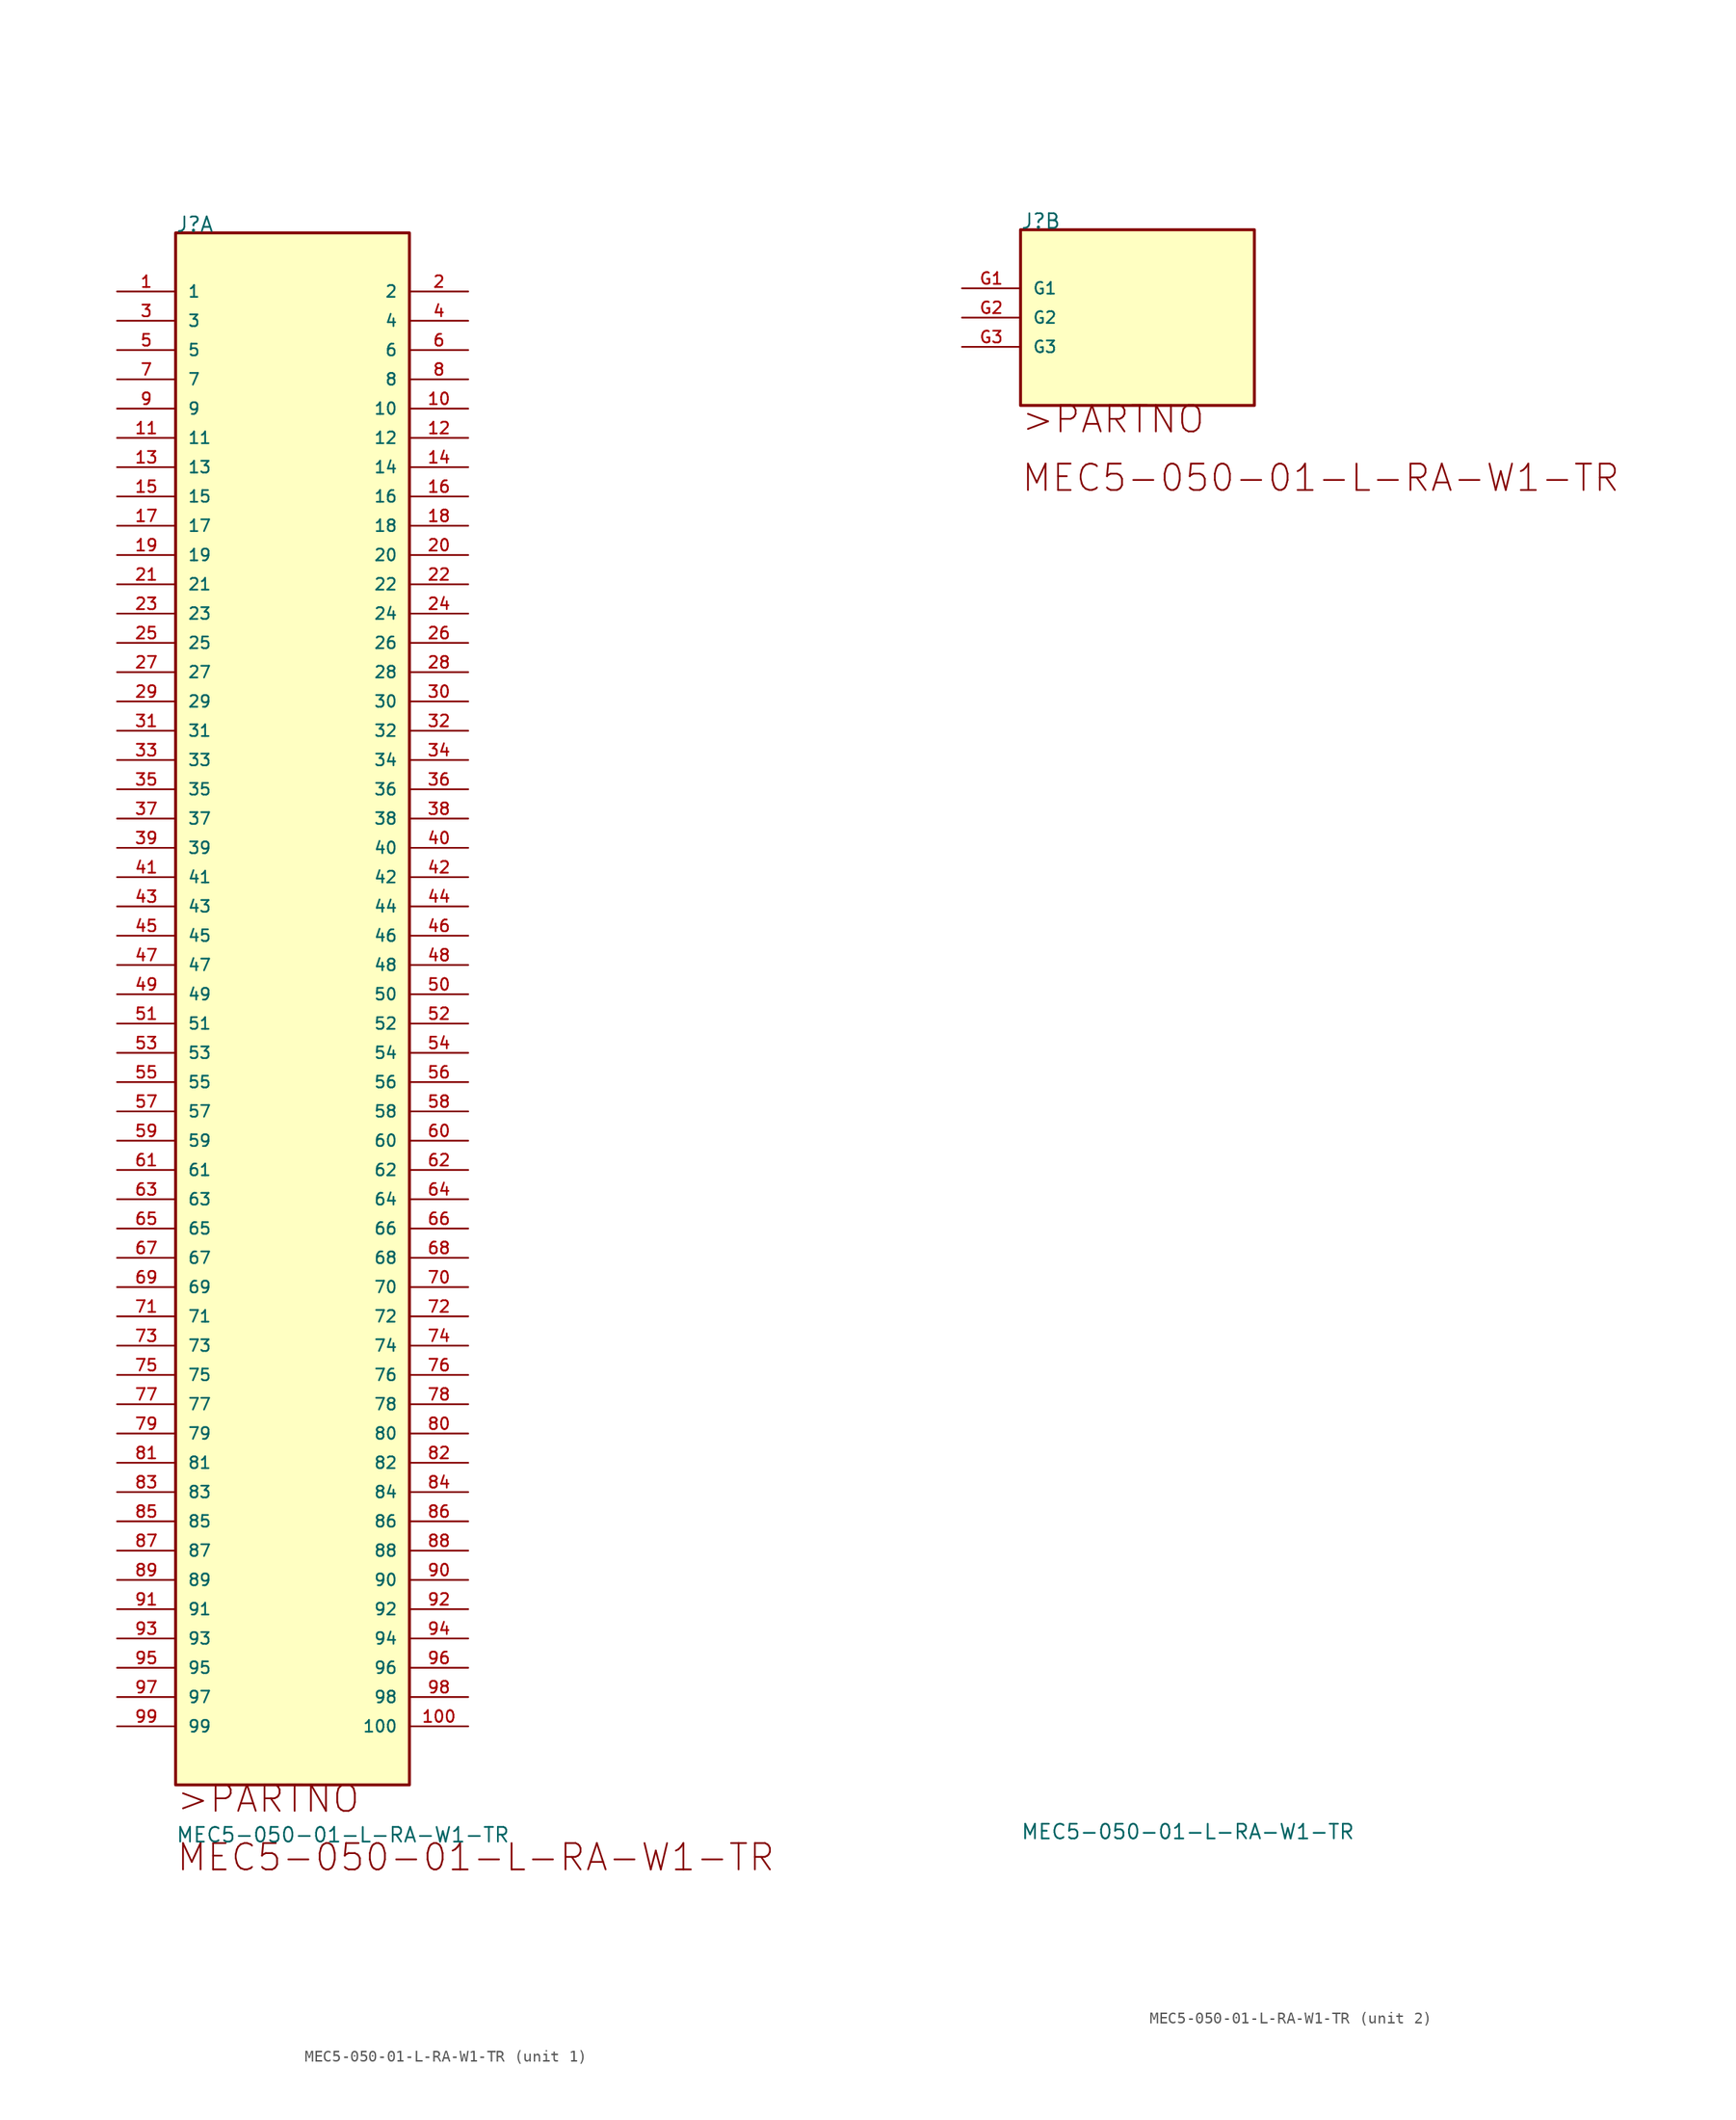
<source format=kicad_sym>
(kicad_symbol_lib
  (version 20211014)
  (generator kicad_symbol_editor)
  (symbol "MEC5-050-01-L-RA-W1-TR"
    (pin_names
      (offset 1.016))
    (property "Reference" "J"
      (at 0.0 5.08 0)
      (effects (font (size 1.27 1.27)) (justify bottom left)))
    (property "Value" "MEC5-050-01-L-RA-W1-TR"
      (at 0.0 -134.62 0)
      (effects (font (size 1.27 1.27)) (justify bottom left)))
    (symbol "MEC5-050-01-L-RA-W1-TR_1_0"
      (text ">PARTNO" (at 0.0 -132.08 0) (effects (font (size 2.286 2.286)) (justify bottom left)))
      (text "MEC5-050-01-L-RA-W1-TR" (at 0.0 -137.16 0) (effects (font (size 2.286 2.286)) (justify bottom left)))
      (rectangle (start 0.0 -129.54) (end 20.3 5.08) (stroke (width 0.254)) (fill (type background)))
      (pin passive line (at -5.08 -0.0 0) (length 5.08) (name "1" (effects (font (size 1.016 1.016)))) (number "1" (effects (font (size 1.016 1.016)))))
      (pin passive line (at 25.4 -0.0 180.0) (length 5.08) (name "2" (effects (font (size 1.016 1.016)))) (number "2" (effects (font (size 1.016 1.016)))))
      (pin passive line (at -5.08 -2.54 0) (length 5.08) (name "3" (effects (font (size 1.016 1.016)))) (number "3" (effects (font (size 1.016 1.016)))))
      (pin passive line (at 25.4 -2.54 180.0) (length 5.08) (name "4" (effects (font (size 1.016 1.016)))) (number "4" (effects (font (size 1.016 1.016)))))
      (pin passive line (at -5.08 -5.08 0) (length 5.08) (name "5" (effects (font (size 1.016 1.016)))) (number "5" (effects (font (size 1.016 1.016)))))
      (pin passive line (at 25.4 -5.08 180.0) (length 5.08) (name "6" (effects (font (size 1.016 1.016)))) (number "6" (effects (font (size 1.016 1.016)))))
      (pin passive line (at -5.08 -7.62 0) (length 5.08) (name "7" (effects (font (size 1.016 1.016)))) (number "7" (effects (font (size 1.016 1.016)))))
      (pin passive line (at 25.4 -7.62 180.0) (length 5.08) (name "8" (effects (font (size 1.016 1.016)))) (number "8" (effects (font (size 1.016 1.016)))))
      (pin passive line (at -5.08 -10.16 0) (length 5.08) (name "9" (effects (font (size 1.016 1.016)))) (number "9" (effects (font (size 1.016 1.016)))))
      (pin passive line (at 25.4 -10.16 180.0) (length 5.08) (name "10" (effects (font (size 1.016 1.016)))) (number "10" (effects (font (size 1.016 1.016)))))
      (pin passive line (at -5.08 -12.7 0) (length 5.08) (name "11" (effects (font (size 1.016 1.016)))) (number "11" (effects (font (size 1.016 1.016)))))
      (pin passive line (at 25.4 -12.7 180.0) (length 5.08) (name "12" (effects (font (size 1.016 1.016)))) (number "12" (effects (font (size 1.016 1.016)))))
      (pin passive line (at -5.08 -15.24 0) (length 5.08) (name "13" (effects (font (size 1.016 1.016)))) (number "13" (effects (font (size 1.016 1.016)))))
      (pin passive line (at 25.4 -15.24 180.0) (length 5.08) (name "14" (effects (font (size 1.016 1.016)))) (number "14" (effects (font (size 1.016 1.016)))))
      (pin passive line (at -5.08 -17.78 0) (length 5.08) (name "15" (effects (font (size 1.016 1.016)))) (number "15" (effects (font (size 1.016 1.016)))))
      (pin passive line (at 25.4 -17.78 180.0) (length 5.08) (name "16" (effects (font (size 1.016 1.016)))) (number "16" (effects (font (size 1.016 1.016)))))
      (pin passive line (at -5.08 -20.32 0) (length 5.08) (name "17" (effects (font (size 1.016 1.016)))) (number "17" (effects (font (size 1.016 1.016)))))
      (pin passive line (at 25.4 -20.32 180.0) (length 5.08) (name "18" (effects (font (size 1.016 1.016)))) (number "18" (effects (font (size 1.016 1.016)))))
      (pin passive line (at -5.08 -22.86 0) (length 5.08) (name "19" (effects (font (size 1.016 1.016)))) (number "19" (effects (font (size 1.016 1.016)))))
      (pin passive line (at 25.4 -22.86 180.0) (length 5.08) (name "20" (effects (font (size 1.016 1.016)))) (number "20" (effects (font (size 1.016 1.016)))))
      (pin passive line (at -5.08 -25.4 0) (length 5.08) (name "21" (effects (font (size 1.016 1.016)))) (number "21" (effects (font (size 1.016 1.016)))))
      (pin passive line (at 25.4 -25.4 180.0) (length 5.08) (name "22" (effects (font (size 1.016 1.016)))) (number "22" (effects (font (size 1.016 1.016)))))
      (pin passive line (at -5.08 -27.94 0) (length 5.08) (name "23" (effects (font (size 1.016 1.016)))) (number "23" (effects (font (size 1.016 1.016)))))
      (pin passive line (at 25.4 -27.94 180.0) (length 5.08) (name "24" (effects (font (size 1.016 1.016)))) (number "24" (effects (font (size 1.016 1.016)))))
      (pin passive line (at -5.08 -30.48 0) (length 5.08) (name "25" (effects (font (size 1.016 1.016)))) (number "25" (effects (font (size 1.016 1.016)))))
      (pin passive line (at 25.4 -30.48 180.0) (length 5.08) (name "26" (effects (font (size 1.016 1.016)))) (number "26" (effects (font (size 1.016 1.016)))))
      (pin passive line (at -5.08 -33.02 0) (length 5.08) (name "27" (effects (font (size 1.016 1.016)))) (number "27" (effects (font (size 1.016 1.016)))))
      (pin passive line (at 25.4 -33.02 180.0) (length 5.08) (name "28" (effects (font (size 1.016 1.016)))) (number "28" (effects (font (size 1.016 1.016)))))
      (pin passive line (at -5.08 -35.56 0) (length 5.08) (name "29" (effects (font (size 1.016 1.016)))) (number "29" (effects (font (size 1.016 1.016)))))
      (pin passive line (at 25.4 -35.56 180.0) (length 5.08) (name "30" (effects (font (size 1.016 1.016)))) (number "30" (effects (font (size 1.016 1.016)))))
      (pin passive line (at -5.08 -38.1 0) (length 5.08) (name "31" (effects (font (size 1.016 1.016)))) (number "31" (effects (font (size 1.016 1.016)))))
      (pin passive line (at 25.4 -38.1 180.0) (length 5.08) (name "32" (effects (font (size 1.016 1.016)))) (number "32" (effects (font (size 1.016 1.016)))))
      (pin passive line (at -5.08 -40.64 0) (length 5.08) (name "33" (effects (font (size 1.016 1.016)))) (number "33" (effects (font (size 1.016 1.016)))))
      (pin passive line (at 25.4 -40.64 180.0) (length 5.08) (name "34" (effects (font (size 1.016 1.016)))) (number "34" (effects (font (size 1.016 1.016)))))
      (pin passive line (at -5.08 -43.18 0) (length 5.08) (name "35" (effects (font (size 1.016 1.016)))) (number "35" (effects (font (size 1.016 1.016)))))
      (pin passive line (at 25.4 -43.18 180.0) (length 5.08) (name "36" (effects (font (size 1.016 1.016)))) (number "36" (effects (font (size 1.016 1.016)))))
      (pin passive line (at -5.08 -45.72 0) (length 5.08) (name "37" (effects (font (size 1.016 1.016)))) (number "37" (effects (font (size 1.016 1.016)))))
      (pin passive line (at 25.4 -45.72 180.0) (length 5.08) (name "38" (effects (font (size 1.016 1.016)))) (number "38" (effects (font (size 1.016 1.016)))))
      (pin passive line (at -5.08 -48.26 0) (length 5.08) (name "39" (effects (font (size 1.016 1.016)))) (number "39" (effects (font (size 1.016 1.016)))))
      (pin passive line (at 25.4 -48.26 180.0) (length 5.08) (name "40" (effects (font (size 1.016 1.016)))) (number "40" (effects (font (size 1.016 1.016)))))
      (pin passive line (at -5.08 -50.8 0) (length 5.08) (name "41" (effects (font (size 1.016 1.016)))) (number "41" (effects (font (size 1.016 1.016)))))
      (pin passive line (at 25.4 -50.8 180.0) (length 5.08) (name "42" (effects (font (size 1.016 1.016)))) (number "42" (effects (font (size 1.016 1.016)))))
      (pin passive line (at -5.08 -53.34 0) (length 5.08) (name "43" (effects (font (size 1.016 1.016)))) (number "43" (effects (font (size 1.016 1.016)))))
      (pin passive line (at 25.4 -53.34 180.0) (length 5.08) (name "44" (effects (font (size 1.016 1.016)))) (number "44" (effects (font (size 1.016 1.016)))))
      (pin passive line (at -5.08 -55.88 0) (length 5.08) (name "45" (effects (font (size 1.016 1.016)))) (number "45" (effects (font (size 1.016 1.016)))))
      (pin passive line (at 25.4 -55.88 180.0) (length 5.08) (name "46" (effects (font (size 1.016 1.016)))) (number "46" (effects (font (size 1.016 1.016)))))
      (pin passive line (at -5.08 -58.42 0) (length 5.08) (name "47" (effects (font (size 1.016 1.016)))) (number "47" (effects (font (size 1.016 1.016)))))
      (pin passive line (at 25.4 -58.42 180.0) (length 5.08) (name "48" (effects (font (size 1.016 1.016)))) (number "48" (effects (font (size 1.016 1.016)))))
      (pin passive line (at -5.08 -60.96 0) (length 5.08) (name "49" (effects (font (size 1.016 1.016)))) (number "49" (effects (font (size 1.016 1.016)))))
      (pin passive line (at 25.4 -60.96 180.0) (length 5.08) (name "50" (effects (font (size 1.016 1.016)))) (number "50" (effects (font (size 1.016 1.016)))))
      (pin passive line (at -5.08 -63.5 0) (length 5.08) (name "51" (effects (font (size 1.016 1.016)))) (number "51" (effects (font (size 1.016 1.016)))))
      (pin passive line (at 25.4 -63.5 180.0) (length 5.08) (name "52" (effects (font (size 1.016 1.016)))) (number "52" (effects (font (size 1.016 1.016)))))
      (pin passive line (at -5.08 -66.04 0) (length 5.08) (name "53" (effects (font (size 1.016 1.016)))) (number "53" (effects (font (size 1.016 1.016)))))
      (pin passive line (at 25.4 -66.04 180.0) (length 5.08) (name "54" (effects (font (size 1.016 1.016)))) (number "54" (effects (font (size 1.016 1.016)))))
      (pin passive line (at -5.08 -68.58 0) (length 5.08) (name "55" (effects (font (size 1.016 1.016)))) (number "55" (effects (font (size 1.016 1.016)))))
      (pin passive line (at 25.4 -68.58 180.0) (length 5.08) (name "56" (effects (font (size 1.016 1.016)))) (number "56" (effects (font (size 1.016 1.016)))))
      (pin passive line (at -5.08 -71.12 0) (length 5.08) (name "57" (effects (font (size 1.016 1.016)))) (number "57" (effects (font (size 1.016 1.016)))))
      (pin passive line (at 25.4 -71.12 180.0) (length 5.08) (name "58" (effects (font (size 1.016 1.016)))) (number "58" (effects (font (size 1.016 1.016)))))
      (pin passive line (at -5.08 -73.66 0) (length 5.08) (name "59" (effects (font (size 1.016 1.016)))) (number "59" (effects (font (size 1.016 1.016)))))
      (pin passive line (at 25.4 -73.66 180.0) (length 5.08) (name "60" (effects (font (size 1.016 1.016)))) (number "60" (effects (font (size 1.016 1.016)))))
      (pin passive line (at -5.08 -76.2 0) (length 5.08) (name "61" (effects (font (size 1.016 1.016)))) (number "61" (effects (font (size 1.016 1.016)))))
      (pin passive line (at 25.4 -76.2 180.0) (length 5.08) (name "62" (effects (font (size 1.016 1.016)))) (number "62" (effects (font (size 1.016 1.016)))))
      (pin passive line (at -5.08 -78.74 0) (length 5.08) (name "63" (effects (font (size 1.016 1.016)))) (number "63" (effects (font (size 1.016 1.016)))))
      (pin passive line (at 25.4 -78.74 180.0) (length 5.08) (name "64" (effects (font (size 1.016 1.016)))) (number "64" (effects (font (size 1.016 1.016)))))
      (pin passive line (at -5.08 -81.28 0) (length 5.08) (name "65" (effects (font (size 1.016 1.016)))) (number "65" (effects (font (size 1.016 1.016)))))
      (pin passive line (at 25.4 -81.28 180.0) (length 5.08) (name "66" (effects (font (size 1.016 1.016)))) (number "66" (effects (font (size 1.016 1.016)))))
      (pin passive line (at -5.08 -83.82 0) (length 5.08) (name "67" (effects (font (size 1.016 1.016)))) (number "67" (effects (font (size 1.016 1.016)))))
      (pin passive line (at 25.4 -83.82 180.0) (length 5.08) (name "68" (effects (font (size 1.016 1.016)))) (number "68" (effects (font (size 1.016 1.016)))))
      (pin passive line (at -5.08 -86.36 0) (length 5.08) (name "69" (effects (font (size 1.016 1.016)))) (number "69" (effects (font (size 1.016 1.016)))))
      (pin passive line (at 25.4 -86.36 180.0) (length 5.08) (name "70" (effects (font (size 1.016 1.016)))) (number "70" (effects (font (size 1.016 1.016)))))
      (pin passive line (at -5.08 -88.9 0) (length 5.08) (name "71" (effects (font (size 1.016 1.016)))) (number "71" (effects (font (size 1.016 1.016)))))
      (pin passive line (at 25.4 -88.9 180.0) (length 5.08) (name "72" (effects (font (size 1.016 1.016)))) (number "72" (effects (font (size 1.016 1.016)))))
      (pin passive line (at -5.08 -91.44 0) (length 5.08) (name "73" (effects (font (size 1.016 1.016)))) (number "73" (effects (font (size 1.016 1.016)))))
      (pin passive line (at 25.4 -91.44 180.0) (length 5.08) (name "74" (effects (font (size 1.016 1.016)))) (number "74" (effects (font (size 1.016 1.016)))))
      (pin passive line (at -5.08 -93.98 0) (length 5.08) (name "75" (effects (font (size 1.016 1.016)))) (number "75" (effects (font (size 1.016 1.016)))))
      (pin passive line (at 25.4 -93.98 180.0) (length 5.08) (name "76" (effects (font (size 1.016 1.016)))) (number "76" (effects (font (size 1.016 1.016)))))
      (pin passive line (at -5.08 -96.52 0) (length 5.08) (name "77" (effects (font (size 1.016 1.016)))) (number "77" (effects (font (size 1.016 1.016)))))
      (pin passive line (at 25.4 -96.52 180.0) (length 5.08) (name "78" (effects (font (size 1.016 1.016)))) (number "78" (effects (font (size 1.016 1.016)))))
      (pin passive line (at -5.08 -99.06 0) (length 5.08) (name "79" (effects (font (size 1.016 1.016)))) (number "79" (effects (font (size 1.016 1.016)))))
      (pin passive line (at 25.4 -99.06 180.0) (length 5.08) (name "80" (effects (font (size 1.016 1.016)))) (number "80" (effects (font (size 1.016 1.016)))))
      (pin passive line (at -5.08 -101.6 0) (length 5.08) (name "81" (effects (font (size 1.016 1.016)))) (number "81" (effects (font (size 1.016 1.016)))))
      (pin passive line (at 25.4 -101.6 180.0) (length 5.08) (name "82" (effects (font (size 1.016 1.016)))) (number "82" (effects (font (size 1.016 1.016)))))
      (pin passive line (at -5.08 -104.14 0) (length 5.08) (name "83" (effects (font (size 1.016 1.016)))) (number "83" (effects (font (size 1.016 1.016)))))
      (pin passive line (at 25.4 -104.14 180.0) (length 5.08) (name "84" (effects (font (size 1.016 1.016)))) (number "84" (effects (font (size 1.016 1.016)))))
      (pin passive line (at -5.08 -106.68 0) (length 5.08) (name "85" (effects (font (size 1.016 1.016)))) (number "85" (effects (font (size 1.016 1.016)))))
      (pin passive line (at 25.4 -106.68 180.0) (length 5.08) (name "86" (effects (font (size 1.016 1.016)))) (number "86" (effects (font (size 1.016 1.016)))))
      (pin passive line (at -5.08 -109.22 0) (length 5.08) (name "87" (effects (font (size 1.016 1.016)))) (number "87" (effects (font (size 1.016 1.016)))))
      (pin passive line (at 25.4 -109.22 180.0) (length 5.08) (name "88" (effects (font (size 1.016 1.016)))) (number "88" (effects (font (size 1.016 1.016)))))
      (pin passive line (at -5.08 -111.76 0) (length 5.08) (name "89" (effects (font (size 1.016 1.016)))) (number "89" (effects (font (size 1.016 1.016)))))
      (pin passive line (at 25.4 -111.76 180.0) (length 5.08) (name "90" (effects (font (size 1.016 1.016)))) (number "90" (effects (font (size 1.016 1.016)))))
      (pin passive line (at -5.08 -114.3 0) (length 5.08) (name "91" (effects (font (size 1.016 1.016)))) (number "91" (effects (font (size 1.016 1.016)))))
      (pin passive line (at 25.4 -114.3 180.0) (length 5.08) (name "92" (effects (font (size 1.016 1.016)))) (number "92" (effects (font (size 1.016 1.016)))))
      (pin passive line (at -5.08 -116.84 0) (length 5.08) (name "93" (effects (font (size 1.016 1.016)))) (number "93" (effects (font (size 1.016 1.016)))))
      (pin passive line (at 25.4 -116.84 180.0) (length 5.08) (name "94" (effects (font (size 1.016 1.016)))) (number "94" (effects (font (size 1.016 1.016)))))
      (pin passive line (at -5.08 -119.38 0) (length 5.08) (name "95" (effects (font (size 1.016 1.016)))) (number "95" (effects (font (size 1.016 1.016)))))
      (pin passive line (at 25.4 -119.38 180.0) (length 5.08) (name "96" (effects (font (size 1.016 1.016)))) (number "96" (effects (font (size 1.016 1.016)))))
      (pin passive line (at -5.08 -121.92 0) (length 5.08) (name "97" (effects (font (size 1.016 1.016)))) (number "97" (effects (font (size 1.016 1.016)))))
      (pin passive line (at 25.4 -121.92 180.0) (length 5.08) (name "98" (effects (font (size 1.016 1.016)))) (number "98" (effects (font (size 1.016 1.016)))))
      (pin passive line (at -5.08 -124.46 0) (length 5.08) (name "99" (effects (font (size 1.016 1.016)))) (number "99" (effects (font (size 1.016 1.016)))))
      (pin passive line (at 25.4 -124.46 180.0) (length 5.08) (name "100" (effects (font (size 1.016 1.016)))) (number "100" (effects (font (size 1.016 1.016))))))
    (symbol "MEC5-050-01-L-RA-W1-TR_2_0"
      (text ">PARTNO" (at 0.0 -12.7 0) (effects (font (size 2.286 2.286)) (justify bottom left)))
      (text "MEC5-050-01-L-RA-W1-TR" (at 0.0 -17.78 0) (effects (font (size 2.286 2.286)) (justify bottom left)))
      (rectangle (start 0.0 -10.16) (end 20.3 5.08) (stroke (width 0.254)) (fill (type background)))
      (pin power_in line (at -5.08 -0.0 0) (length 5.08) (name "G1" (effects (font (size 1.016 1.016)))) (number "G1" (effects (font (size 1.016 1.016)))))
      (pin power_in line (at -5.08 -2.54 0) (length 5.08) (name "G2" (effects (font (size 1.016 1.016)))) (number "G2" (effects (font (size 1.016 1.016)))))
      (pin power_in line (at -5.08 -5.08 0) (length 5.08) (name "G3" (effects (font (size 1.016 1.016)))) (number "G3" (effects (font (size 1.016 1.016))))))))
</source>
